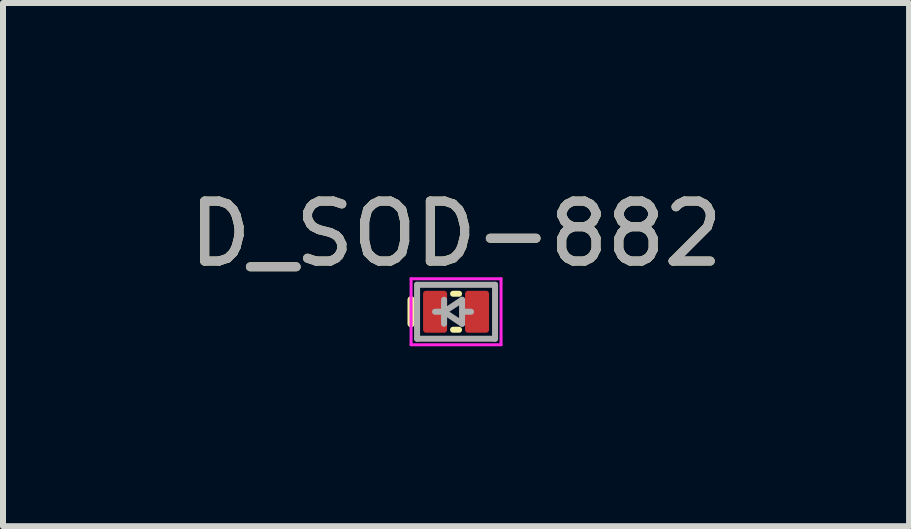
<source format=kicad_pcb>
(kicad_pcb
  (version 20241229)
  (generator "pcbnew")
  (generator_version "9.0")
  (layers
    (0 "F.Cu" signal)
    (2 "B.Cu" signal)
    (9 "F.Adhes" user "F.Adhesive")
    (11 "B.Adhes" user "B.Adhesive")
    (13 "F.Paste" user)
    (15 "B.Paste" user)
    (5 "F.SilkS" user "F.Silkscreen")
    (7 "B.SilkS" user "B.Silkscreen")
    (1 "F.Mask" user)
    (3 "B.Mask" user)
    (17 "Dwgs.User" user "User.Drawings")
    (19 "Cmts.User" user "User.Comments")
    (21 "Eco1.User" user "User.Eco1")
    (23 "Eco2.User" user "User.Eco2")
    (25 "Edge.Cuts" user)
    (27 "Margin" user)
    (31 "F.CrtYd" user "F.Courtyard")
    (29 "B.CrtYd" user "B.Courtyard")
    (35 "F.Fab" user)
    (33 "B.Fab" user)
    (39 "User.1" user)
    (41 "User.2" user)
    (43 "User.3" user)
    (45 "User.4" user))
  (footprint "D_SOD-882"
    (layer "F.Cu")
    (at 4.554 2.148)
    (property "Reference" "D_SOD-882" (at 0 -1.3 180) (layer "F.SilkS") (effects (font (size 1 1) (thickness 0.15))))
    (attr smd)
    (fp_line (start -0.75 -0.2) (end -0.75 0.2) (stroke (width 0.12) (type solid)) (layer "F.SilkS"))
    (fp_line (start -0.05 -0.3) (end 0.05 -0.3) (stroke (width 0.1) (type default)) (layer "F.SilkS"))
    (fp_line (start -0.05 0.3) (end 0.05 0.3) (stroke (width 0.1) (type default)) (layer "F.SilkS"))
    (fp_line (start -0.75 -0.55) (end 0.75 -0.55) (stroke (width 0.05) (type solid)) (layer "F.CrtYd"))
    (fp_line (start -0.75 0.55) (end -0.75 -0.55) (stroke (width 0.05) (type solid)) (layer "F.CrtYd"))
    (fp_line (start 0.75 -0.55) (end 0.75 0.55) (stroke (width 0.05) (type solid)) (layer "F.CrtYd"))
    (fp_line (start 0.75 0.55) (end -0.75 0.55) (stroke (width 0.05) (type solid)) (layer "F.CrtYd"))
    (fp_line (start -0.65 -0.45) (end 0.65 -0.45) (stroke (width 0.1) (type solid)) (layer "F.Fab"))
    (fp_line (start -0.65 0.45) (end -0.65 -0.45) (stroke (width 0.1) (type solid)) (layer "F.Fab"))
    (fp_line (start -0.2 0) (end -0.35 0) (stroke (width 0.1) (type solid)) (layer "F.Fab"))
    (fp_line (start -0.2 0) (end 0.1 0.2) (stroke (width 0.1) (type solid)) (layer "F.Fab"))
    (fp_line (start -0.2 0.2) (end -0.2 -0.2) (stroke (width 0.1) (type solid)) (layer "F.Fab"))
    (fp_line (start 0.1 -0.2) (end -0.2 0) (stroke (width 0.1) (type solid)) (layer "F.Fab"))
    (fp_line (start 0.1 0) (end 0.25 0) (stroke (width 0.1) (type solid)) (layer "F.Fab"))
    (fp_line (start 0.1 0.2) (end 0.1 -0.2) (stroke (width 0.1) (type solid)) (layer "F.Fab"))
    (fp_line (start 0.65 -0.45) (end 0.65 0.45) (stroke (width 0.1) (type solid)) (layer "F.Fab"))
    (fp_line (start 0.65 0.45) (end -0.65 0.45) (stroke (width 0.1) (type solid)) (layer "F.Fab"))
    (fp_text user "${REFERENCE}" (at 0 -1.3 180) (layer "F.Fab") (effects (font (size 1 1) (thickness 0.15))))
    (pad "1" smd roundrect (at -0.35 0 180) (size 0.4 0.7) (layers "F.Cu" "F.Mask" "F.Paste") (roundrect_rratio 0.125))
    (pad "2" smd roundrect (at 0.35 0 180) (size 0.4 0.7) (layers "F.Cu" "F.Mask" "F.Paste") (roundrect_rratio 0.125)))
  (gr_rect
    (start -3 -3)
    (end 12.107 5.723)
    (stroke (width 0.1) (type default))
    (fill no)
    (layer "Edge.Cuts")))
</source>
